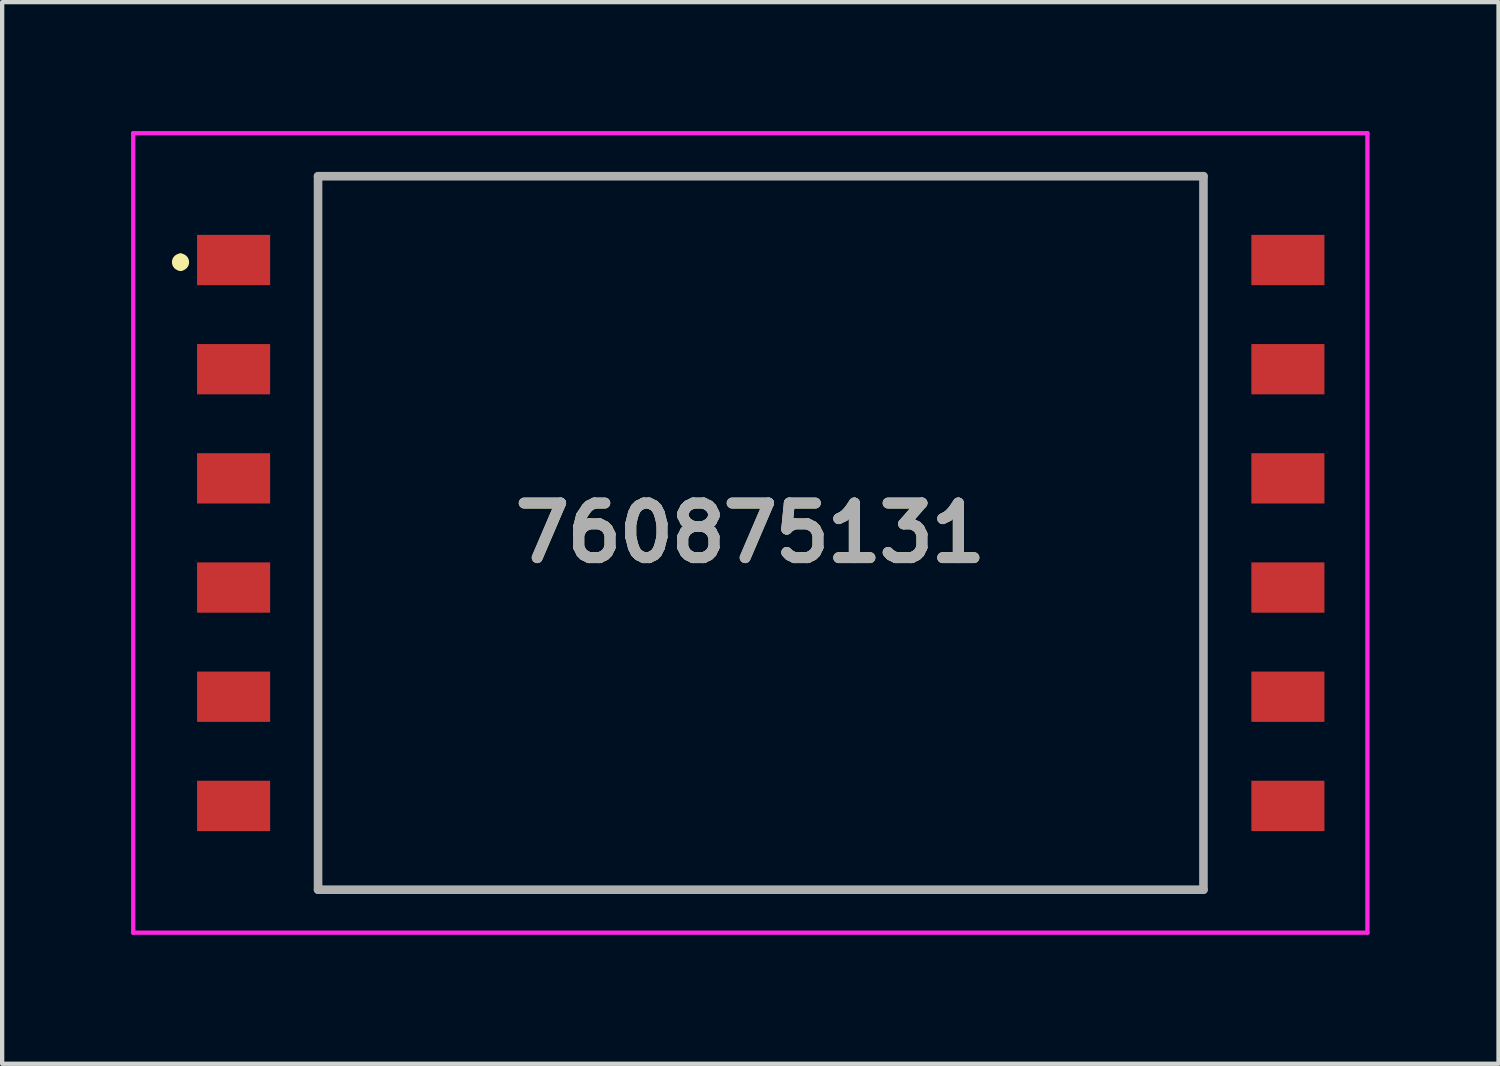
<source format=kicad_pcb>
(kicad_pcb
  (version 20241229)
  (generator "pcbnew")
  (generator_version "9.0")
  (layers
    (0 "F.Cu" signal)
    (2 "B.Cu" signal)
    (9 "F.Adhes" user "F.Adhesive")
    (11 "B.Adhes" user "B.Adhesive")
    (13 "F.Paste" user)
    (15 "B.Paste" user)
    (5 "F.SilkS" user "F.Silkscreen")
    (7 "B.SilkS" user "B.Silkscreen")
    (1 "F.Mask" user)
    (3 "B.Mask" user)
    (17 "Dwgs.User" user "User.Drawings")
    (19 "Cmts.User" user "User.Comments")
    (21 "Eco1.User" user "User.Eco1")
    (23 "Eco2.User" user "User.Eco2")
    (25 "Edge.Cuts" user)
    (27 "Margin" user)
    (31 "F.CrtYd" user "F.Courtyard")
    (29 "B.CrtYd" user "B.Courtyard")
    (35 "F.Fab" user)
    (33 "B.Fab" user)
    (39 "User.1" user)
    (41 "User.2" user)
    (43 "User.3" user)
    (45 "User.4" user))
  (footprint "760875131"
    (layer "F.Cu")
    (at 14.65 9.35)
    (property "Reference" "760875131" (at -0.242 0 0) (layer "F.SilkS") (effects (font (size 1.27 1.27) (thickness 0.254))))
    (attr smd)
    (fp_line (start -13.5 -6.4) (end -13.5 -6.4) (stroke (width 0.2) (type solid)) (layer "F.SilkS"))
    (fp_line (start -13.5 -6.2) (end -13.5 -6.2) (stroke (width 0.2) (type solid)) (layer "F.SilkS"))
    (fp_line (start -10.3 -8.3) (end 10.3 -8.3) (stroke (width 0.1) (type solid)) (layer "F.SilkS"))
    (fp_line (start -10.3 8.3) (end -10.3 -8.3) (stroke (width 0.1) (type solid)) (layer "F.SilkS"))
    (fp_line (start 10.3 -8.3) (end 10.3 8.3) (stroke (width 0.1) (type solid)) (layer "F.SilkS"))
    (fp_line (start 10.3 8.3) (end -10.3 8.3) (stroke (width 0.1) (type solid)) (layer "F.SilkS"))
    (fp_arc (start -13.5 -6.4) (mid -13.4 -6.3) (end -13.5 -6.2) (stroke (width 0.2) (type solid)) (layer "F.SilkS"))
    (fp_arc (start -13.5 -6.2) (mid -13.6 -6.3) (end -13.5 -6.4) (stroke (width 0.2) (type solid)) (layer "F.SilkS"))
    (fp_line (start -14.6 -9.3) (end 14.115 -9.3) (stroke (width 0.1) (type solid)) (layer "F.CrtYd"))
    (fp_line (start -14.6 9.3) (end -14.6 -9.3) (stroke (width 0.1) (type solid)) (layer "F.CrtYd"))
    (fp_line (start 14.115 -9.3) (end 14.115 9.3) (stroke (width 0.1) (type solid)) (layer "F.CrtYd"))
    (fp_line (start 14.115 9.3) (end -14.6 9.3) (stroke (width 0.1) (type solid)) (layer "F.CrtYd"))
    (fp_line (start -10.3 -8.3) (end 10.3 -8.3) (stroke (width 0.2) (type solid)) (layer "F.Fab"))
    (fp_line (start -10.3 8.3) (end -10.3 -8.3) (stroke (width 0.2) (type solid)) (layer "F.Fab"))
    (fp_line (start 10.3 -8.3) (end 10.3 8.3) (stroke (width 0.2) (type solid)) (layer "F.Fab"))
    (fp_line (start 10.3 8.3) (end -10.3 8.3) (stroke (width 0.2) (type solid)) (layer "F.Fab"))
    (fp_text user "${REFERENCE}" (at -0.242 0 0) (layer "F.Fab") (effects (font (size 1.27 1.27) (thickness 0.254))))
    (pad "1" smd rect (at -12.265 -6.35 90) (size 1.17 1.7) (layers "F.Cu" "F.Mask" "F.Paste"))
    (pad "2" smd rect (at -12.265 -3.81 90) (size 1.17 1.7) (layers "F.Cu" "F.Mask" "F.Paste"))
    (pad "3" smd rect (at -12.265 -1.27 90) (size 1.17 1.7) (layers "F.Cu" "F.Mask" "F.Paste"))
    (pad "4" smd rect (at -12.265 1.27 90) (size 1.17 1.7) (layers "F.Cu" "F.Mask" "F.Paste"))
    (pad "5" smd rect (at -12.265 3.81 90) (size 1.17 1.7) (layers "F.Cu" "F.Mask" "F.Paste"))
    (pad "6" smd rect (at -12.265 6.35 90) (size 1.17 1.7) (layers "F.Cu" "F.Mask" "F.Paste"))
    (pad "7" smd rect (at 12.265 6.35 90) (size 1.17 1.7) (layers "F.Cu" "F.Mask" "F.Paste"))
    (pad "8" smd rect (at 12.265 3.81 90) (size 1.17 1.7) (layers "F.Cu" "F.Mask" "F.Paste"))
    (pad "9" smd rect (at 12.265 1.27 90) (size 1.17 1.7) (layers "F.Cu" "F.Mask" "F.Paste"))
    (pad "10" smd rect (at 12.265 -1.27 90) (size 1.17 1.7) (layers "F.Cu" "F.Mask" "F.Paste"))
    (pad "11" smd rect (at 12.265 -3.81 90) (size 1.17 1.7) (layers "F.Cu" "F.Mask" "F.Paste"))
    (pad "12" smd rect (at 12.265 -6.35 90) (size 1.17 1.7) (layers "F.Cu" "F.Mask" "F.Paste")))
  (gr_rect
    (start -3 -3)
    (end 31.815 21.7)
    (stroke (width 0.1) (type default))
    (fill no)
    (layer "Edge.Cuts")))
</source>
